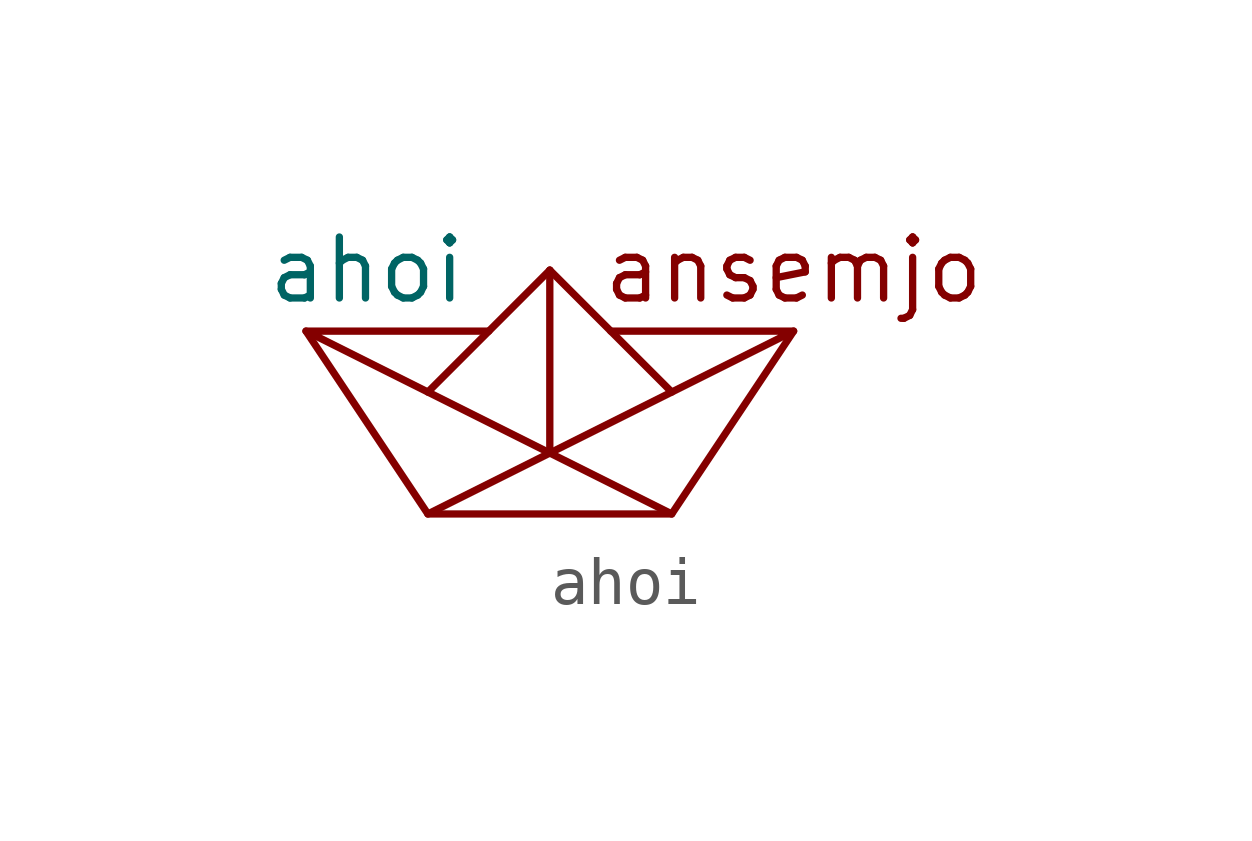
<source format=kicad_sym>
(kicad_symbol_lib
  (version 20211014)
  (generator kicad_symbol_editor)
  (symbol "ahoi"
    (pin_names
      (offset 1.016))
    (property "Reference" "A"
      (at 0 1.27 0)
      (effects (font (size 1.27 1.27)) hide))
    (property "Value" "ahoi"
      (at -3.81 0 0)
      (effects (font (size 1.27 1.27))))
    (symbol "ahoi_0_0"
      (text "ansemjo" (at 5.08 0 0) (effects (font (size 1.27 1.27)))))
    (symbol "ahoi_0_1"
      (polyline (pts (xy 0 -3.81) (xy -2.54 -5.08)) (stroke (width 0) (type default) (color 0 0 0 0)) (fill (type none)))
      (polyline (pts (xy 0 -3.81) (xy 2.54 -5.08)) (stroke (width 0) (type default) (color 0 0 0 0)) (fill (type none)))
      (polyline (pts (xy 0 0) (xy -2.54 -2.54)) (stroke (width 0) (type default) (color 0 0 0 0)) (fill (type none)))
      (polyline (pts (xy 0 0) (xy 0 -3.81)) (stroke (width 0) (type default) (color 0 0 0 0)) (fill (type none)))
      (polyline (pts (xy 0 0) (xy 2.54 -2.54)) (stroke (width 0) (type default) (color 0 0 0 0)) (fill (type none)))
      (polyline (pts (xy -5.08 -1.27) (xy -2.54 -5.08) (xy 2.54 -5.08) (xy 5.08 -1.27)) (stroke (width 0) (type default) (color 0 0 0 0)) (fill (type none)))
      (polyline (pts (xy -1.27 -1.27) (xy -5.08 -1.27) (xy 0 -3.81) (xy 5.08 -1.27) (xy 1.27 -1.27)) (stroke (width 0) (type default) (color 0 0 0 0)) (fill (type none))))))
</source>
